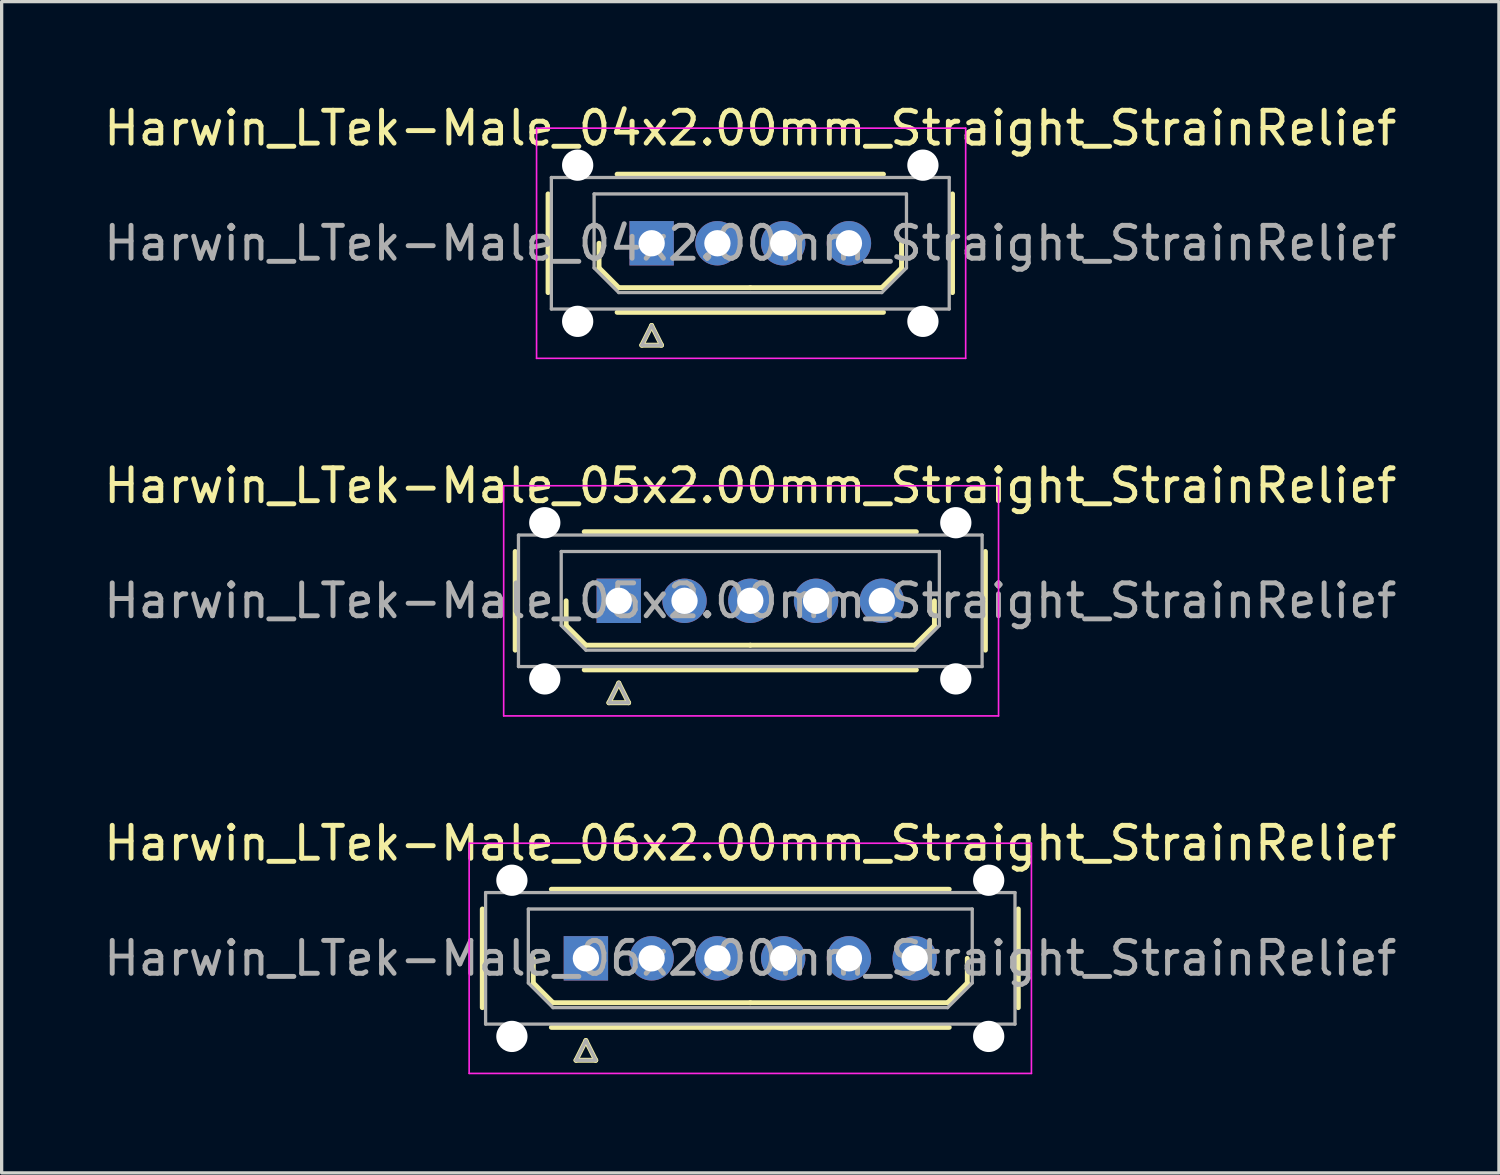
<source format=kicad_pcb>
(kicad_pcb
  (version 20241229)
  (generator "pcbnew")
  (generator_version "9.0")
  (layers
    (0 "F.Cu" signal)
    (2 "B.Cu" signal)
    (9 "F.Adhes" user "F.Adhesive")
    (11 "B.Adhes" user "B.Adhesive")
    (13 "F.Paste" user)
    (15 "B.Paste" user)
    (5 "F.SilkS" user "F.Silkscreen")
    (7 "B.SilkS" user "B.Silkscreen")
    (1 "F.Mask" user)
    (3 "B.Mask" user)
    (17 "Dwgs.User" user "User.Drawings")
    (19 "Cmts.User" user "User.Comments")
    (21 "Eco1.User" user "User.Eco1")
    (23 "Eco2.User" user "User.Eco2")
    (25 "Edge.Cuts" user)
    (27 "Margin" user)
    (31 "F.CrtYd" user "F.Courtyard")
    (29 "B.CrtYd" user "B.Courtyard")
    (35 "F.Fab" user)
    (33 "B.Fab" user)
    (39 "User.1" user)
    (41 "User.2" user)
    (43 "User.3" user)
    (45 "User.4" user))
  (footprint "Harwin_LTek-Male_04x2.00mm_Straight_StrainRelief"
    (layer "F.Cu")
    (at 16.768 4.348)
    (property "Reference" "Harwin_LTek-Male_04x2.00mm_Straight_StrainRelief" (at 3 -3.5 0) (layer "F.SilkS") (effects (font (size 1 1) (thickness 0.15))))
    (attr through_hole)
    (fp_line (start -3.15 -1.5) (end -3.15 1.5) (stroke (width 0.15) (type solid)) (layer "F.SilkS"))
    (fp_line (start -1.6 0) (end -1.6 0.75) (stroke (width 0.15) (type solid)) (layer "F.SilkS"))
    (fp_line (start -1.6 0.75) (end -1 1.35) (stroke (width 0.15) (type solid)) (layer "F.SilkS"))
    (fp_line (start -1.05 -2.1) (end 7.05 -2.1) (stroke (width 0.15) (type solid)) (layer "F.SilkS"))
    (fp_line (start -1.05 2.1) (end 7.05 2.1) (stroke (width 0.15) (type solid)) (layer "F.SilkS"))
    (fp_line (start -1 1.35) (end 3 1.35) (stroke (width 0.15) (type solid)) (layer "F.SilkS"))
    (fp_line (start -0.3 3.1) (end 0.3 3.1) (stroke (width 0.15) (type solid)) (layer "F.SilkS"))
    (fp_line (start 0 2.5) (end -0.3 3.1) (stroke (width 0.15) (type solid)) (layer "F.SilkS"))
    (fp_line (start 0.3 3.1) (end 0 2.5) (stroke (width 0.15) (type solid)) (layer "F.SilkS"))
    (fp_line (start 7 1.35) (end 3 1.35) (stroke (width 0.15) (type solid)) (layer "F.SilkS"))
    (fp_line (start 7.6 0) (end 7.6 0.75) (stroke (width 0.15) (type solid)) (layer "F.SilkS"))
    (fp_line (start 7.6 0.75) (end 7 1.35) (stroke (width 0.15) (type solid)) (layer "F.SilkS"))
    (fp_line (start 9.15 -1.5) (end 9.15 1.5) (stroke (width 0.15) (type solid)) (layer "F.SilkS"))
    (fp_line (start -3.5 -3.5) (end -3.5 3.5) (stroke (width 0.05) (type solid)) (layer "F.CrtYd"))
    (fp_line (start -3.5 3.5) (end 9.55 3.5) (stroke (width 0.05) (type solid)) (layer "F.CrtYd"))
    (fp_line (start 9.55 -3.5) (end -3.5 -3.5) (stroke (width 0.05) (type solid)) (layer "F.CrtYd"))
    (fp_line (start 9.55 3.5) (end 9.55 -3.5) (stroke (width 0.05) (type solid)) (layer "F.CrtYd"))
    (fp_line (start -3.05 -2) (end -3.05 2) (stroke (width 0.1) (type solid)) (layer "F.Fab"))
    (fp_line (start -3.05 2) (end 9.05 2) (stroke (width 0.1) (type solid)) (layer "F.Fab"))
    (fp_line (start -1.75 -1.5) (end 7.75 -1.5) (stroke (width 0.1) (type solid)) (layer "F.Fab"))
    (fp_line (start -1.75 0.75) (end -1.75 -1.5) (stroke (width 0.1) (type solid)) (layer "F.Fab"))
    (fp_line (start -1 1.5) (end -1.75 0.75) (stroke (width 0.1) (type solid)) (layer "F.Fab"))
    (fp_line (start -0.3 3.1) (end 0.3 3.1) (stroke (width 0.1) (type solid)) (layer "F.Fab"))
    (fp_line (start 0 2.5) (end -0.3 3.1) (stroke (width 0.1) (type solid)) (layer "F.Fab"))
    (fp_line (start 0.3 3.1) (end 0 2.5) (stroke (width 0.1) (type solid)) (layer "F.Fab"))
    (fp_line (start 7 1.5) (end -1 1.5) (stroke (width 0.1) (type solid)) (layer "F.Fab"))
    (fp_line (start 7.75 -1.5) (end 7.75 0.75) (stroke (width 0.1) (type solid)) (layer "F.Fab"))
    (fp_line (start 7.75 0.75) (end 7 1.5) (stroke (width 0.1) (type solid)) (layer "F.Fab"))
    (fp_line (start 9.05 -2) (end -3.05 -2) (stroke (width 0.1) (type solid)) (layer "F.Fab"))
    (fp_line (start 9.05 2) (end 9.05 -2) (stroke (width 0.1) (type solid)) (layer "F.Fab"))
    (fp_text user "${REFERENCE}" (at 3 0 0) (layer "F.Fab") (effects (font (size 1 1) (thickness 0.15))))
    (pad "" np_thru_hole circle (at -2.25 -2.375) (size 0.95 0.95) (drill 0.95) (layers "*.Cu" "*.Mask"))
    (pad "" np_thru_hole circle (at -2.25 2.375) (size 0.95 0.95) (drill 0.95) (layers "*.Cu" "*.Mask"))
    (pad "" np_thru_hole circle (at 8.25 -2.375) (size 0.95 0.95) (drill 0.95) (layers "*.Cu" "*.Mask"))
    (pad "" np_thru_hole circle (at 8.25 2.375) (size 0.95 0.95) (drill 0.95) (layers "*.Cu" "*.Mask"))
    (pad "1" thru_hole rect (at 0 0) (size 1.35 1.35) (drill 0.8) (layers "*.Cu" "*.Mask"))
    (pad "2" thru_hole circle (at 2 0) (size 1.35 1.35) (drill 0.8) (layers "*.Cu" "*.Mask"))
    (pad "3" thru_hole circle (at 4 0) (size 1.35 1.35) (drill 0.8) (layers "*.Cu" "*.Mask"))
    (pad "4" thru_hole circle (at 6 0) (size 1.35 1.35) (drill 0.8) (layers "*.Cu" "*.Mask")))
  (footprint "Harwin_LTek-Male_06x2.00mm_Straight_StrainRelief"
    (layer "F.Cu")
    (at 14.768 26.095)
    (property "Reference" "Harwin_LTek-Male_06x2.00mm_Straight_StrainRelief" (at 5 -3.5 0) (layer "F.SilkS") (effects (font (size 1 1) (thickness 0.15))))
    (attr through_hole)
    (fp_line (start -3.15 -1.5) (end -3.15 1.5) (stroke (width 0.15) (type solid)) (layer "F.SilkS"))
    (fp_line (start -1.6 0) (end -1.6 0.75) (stroke (width 0.15) (type solid)) (layer "F.SilkS"))
    (fp_line (start -1.6 0.75) (end -1 1.35) (stroke (width 0.15) (type solid)) (layer "F.SilkS"))
    (fp_line (start -1.05 -2.1) (end 11.05 -2.1) (stroke (width 0.15) (type solid)) (layer "F.SilkS"))
    (fp_line (start -1.05 2.1) (end 11.05 2.1) (stroke (width 0.15) (type solid)) (layer "F.SilkS"))
    (fp_line (start -1 1.35) (end 5 1.35) (stroke (width 0.15) (type solid)) (layer "F.SilkS"))
    (fp_line (start -0.3 3.1) (end 0.3 3.1) (stroke (width 0.15) (type solid)) (layer "F.SilkS"))
    (fp_line (start 0 2.5) (end -0.3 3.1) (stroke (width 0.15) (type solid)) (layer "F.SilkS"))
    (fp_line (start 0.3 3.1) (end 0 2.5) (stroke (width 0.15) (type solid)) (layer "F.SilkS"))
    (fp_line (start 11 1.35) (end 5 1.35) (stroke (width 0.15) (type solid)) (layer "F.SilkS"))
    (fp_line (start 11.6 0) (end 11.6 0.75) (stroke (width 0.15) (type solid)) (layer "F.SilkS"))
    (fp_line (start 11.6 0.75) (end 11 1.35) (stroke (width 0.15) (type solid)) (layer "F.SilkS"))
    (fp_line (start 13.15 -1.5) (end 13.15 1.5) (stroke (width 0.15) (type solid)) (layer "F.SilkS"))
    (fp_line (start -3.55 -3.5) (end -3.55 3.5) (stroke (width 0.05) (type solid)) (layer "F.CrtYd"))
    (fp_line (start -3.55 3.5) (end 13.55 3.5) (stroke (width 0.05) (type solid)) (layer "F.CrtYd"))
    (fp_line (start 13.55 -3.5) (end -3.55 -3.5) (stroke (width 0.05) (type solid)) (layer "F.CrtYd"))
    (fp_line (start 13.55 3.5) (end 13.55 -3.5) (stroke (width 0.05) (type solid)) (layer "F.CrtYd"))
    (fp_line (start -3.05 -2) (end -3.05 2) (stroke (width 0.1) (type solid)) (layer "F.Fab"))
    (fp_line (start -3.05 2) (end 13.05 2) (stroke (width 0.1) (type solid)) (layer "F.Fab"))
    (fp_line (start -1.75 -1.5) (end 11.75 -1.5) (stroke (width 0.1) (type solid)) (layer "F.Fab"))
    (fp_line (start -1.75 0.75) (end -1.75 -1.5) (stroke (width 0.1) (type solid)) (layer "F.Fab"))
    (fp_line (start -1 1.5) (end -1.75 0.75) (stroke (width 0.1) (type solid)) (layer "F.Fab"))
    (fp_line (start -0.3 3.1) (end 0.3 3.1) (stroke (width 0.1) (type solid)) (layer "F.Fab"))
    (fp_line (start 0 2.5) (end -0.3 3.1) (stroke (width 0.1) (type solid)) (layer "F.Fab"))
    (fp_line (start 0.3 3.1) (end 0 2.5) (stroke (width 0.1) (type solid)) (layer "F.Fab"))
    (fp_line (start 11 1.5) (end -1 1.5) (stroke (width 0.1) (type solid)) (layer "F.Fab"))
    (fp_line (start 11.75 -1.5) (end 11.75 0.75) (stroke (width 0.1) (type solid)) (layer "F.Fab"))
    (fp_line (start 11.75 0.75) (end 11 1.5) (stroke (width 0.1) (type solid)) (layer "F.Fab"))
    (fp_line (start 13.05 -2) (end -3.05 -2) (stroke (width 0.1) (type solid)) (layer "F.Fab"))
    (fp_line (start 13.05 2) (end 13.05 -2) (stroke (width 0.1) (type solid)) (layer "F.Fab"))
    (fp_text user "${REFERENCE}" (at 5 0 0) (layer "F.Fab") (effects (font (size 1 1) (thickness 0.15))))
    (pad "" np_thru_hole circle (at -2.25 -2.375) (size 0.95 0.95) (drill 0.95) (layers "*.Cu" "*.Mask"))
    (pad "" np_thru_hole circle (at -2.25 2.375) (size 0.95 0.95) (drill 0.95) (layers "*.Cu" "*.Mask"))
    (pad "" np_thru_hole circle (at 12.25 -2.375) (size 0.95 0.95) (drill 0.95) (layers "*.Cu" "*.Mask"))
    (pad "" np_thru_hole circle (at 12.25 2.375) (size 0.95 0.95) (drill 0.95) (layers "*.Cu" "*.Mask"))
    (pad "1" thru_hole rect (at 0 0) (size 1.35 1.35) (drill 0.8) (layers "*.Cu" "*.Mask"))
    (pad "2" thru_hole circle (at 2 0) (size 1.35 1.35) (drill 0.8) (layers "*.Cu" "*.Mask"))
    (pad "3" thru_hole circle (at 4 0) (size 1.35 1.35) (drill 0.8) (layers "*.Cu" "*.Mask"))
    (pad "4" thru_hole circle (at 6 0) (size 1.35 1.35) (drill 0.8) (layers "*.Cu" "*.Mask"))
    (pad "5" thru_hole circle (at 8 0) (size 1.35 1.35) (drill 0.8) (layers "*.Cu" "*.Mask"))
    (pad "6" thru_hole circle (at 10 0) (size 1.35 1.35) (drill 0.8) (layers "*.Cu" "*.Mask")))
  (footprint "Harwin_LTek-Male_05x2.00mm_Straight_StrainRelief"
    (layer "F.Cu")
    (at 15.768 15.222)
    (property "Reference" "Harwin_LTek-Male_05x2.00mm_Straight_StrainRelief" (at 4 -3.5 0) (layer "F.SilkS") (effects (font (size 1 1) (thickness 0.15))))
    (attr through_hole)
    (fp_line (start -3.15 -1.5) (end -3.15 1.5) (stroke (width 0.15) (type solid)) (layer "F.SilkS"))
    (fp_line (start -1.6 0) (end -1.6 0.75) (stroke (width 0.15) (type solid)) (layer "F.SilkS"))
    (fp_line (start -1.6 0.75) (end -1 1.35) (stroke (width 0.15) (type solid)) (layer "F.SilkS"))
    (fp_line (start -1.05 -2.1) (end 9.05 -2.1) (stroke (width 0.15) (type solid)) (layer "F.SilkS"))
    (fp_line (start -1.05 2.1) (end 9.05 2.1) (stroke (width 0.15) (type solid)) (layer "F.SilkS"))
    (fp_line (start -1 1.35) (end 4 1.35) (stroke (width 0.15) (type solid)) (layer "F.SilkS"))
    (fp_line (start -0.3 3.1) (end 0.3 3.1) (stroke (width 0.15) (type solid)) (layer "F.SilkS"))
    (fp_line (start 0 2.5) (end -0.3 3.1) (stroke (width 0.15) (type solid)) (layer "F.SilkS"))
    (fp_line (start 0.3 3.1) (end 0 2.5) (stroke (width 0.15) (type solid)) (layer "F.SilkS"))
    (fp_line (start 9 1.35) (end 4 1.35) (stroke (width 0.15) (type solid)) (layer "F.SilkS"))
    (fp_line (start 9.6 0) (end 9.6 0.75) (stroke (width 0.15) (type solid)) (layer "F.SilkS"))
    (fp_line (start 9.6 0.75) (end 9 1.35) (stroke (width 0.15) (type solid)) (layer "F.SilkS"))
    (fp_line (start 11.15 -1.5) (end 11.15 1.5) (stroke (width 0.15) (type solid)) (layer "F.SilkS"))
    (fp_line (start -3.5 -3.5) (end -3.5 3.5) (stroke (width 0.05) (type solid)) (layer "F.CrtYd"))
    (fp_line (start -3.5 3.5) (end 11.55 3.5) (stroke (width 0.05) (type solid)) (layer "F.CrtYd"))
    (fp_line (start 11.55 -3.5) (end -3.5 -3.5) (stroke (width 0.05) (type solid)) (layer "F.CrtYd"))
    (fp_line (start 11.55 3.5) (end 11.55 -3.5) (stroke (width 0.05) (type solid)) (layer "F.CrtYd"))
    (fp_line (start -3.05 -2) (end -3.05 2) (stroke (width 0.1) (type solid)) (layer "F.Fab"))
    (fp_line (start -3.05 2) (end 11.05 2) (stroke (width 0.1) (type solid)) (layer "F.Fab"))
    (fp_line (start -1.75 -1.5) (end 9.75 -1.5) (stroke (width 0.1) (type solid)) (layer "F.Fab"))
    (fp_line (start -1.75 0.75) (end -1.75 -1.5) (stroke (width 0.1) (type solid)) (layer "F.Fab"))
    (fp_line (start -1 1.5) (end -1.75 0.75) (stroke (width 0.1) (type solid)) (layer "F.Fab"))
    (fp_line (start -0.3 3.1) (end 0.3 3.1) (stroke (width 0.1) (type solid)) (layer "F.Fab"))
    (fp_line (start 0 2.5) (end -0.3 3.1) (stroke (width 0.1) (type solid)) (layer "F.Fab"))
    (fp_line (start 0.3 3.1) (end 0 2.5) (stroke (width 0.1) (type solid)) (layer "F.Fab"))
    (fp_line (start 9 1.5) (end -1 1.5) (stroke (width 0.1) (type solid)) (layer "F.Fab"))
    (fp_line (start 9.75 -1.5) (end 9.75 0.75) (stroke (width 0.1) (type solid)) (layer "F.Fab"))
    (fp_line (start 9.75 0.75) (end 9 1.5) (stroke (width 0.1) (type solid)) (layer "F.Fab"))
    (fp_line (start 11.05 -2) (end -3.05 -2) (stroke (width 0.1) (type solid)) (layer "F.Fab"))
    (fp_line (start 11.05 2) (end 11.05 -2) (stroke (width 0.1) (type solid)) (layer "F.Fab"))
    (fp_text user "${REFERENCE}" (at 4 0 0) (layer "F.Fab") (effects (font (size 1 1) (thickness 0.15))))
    (pad "" np_thru_hole circle (at -2.25 -2.375) (size 0.95 0.95) (drill 0.95) (layers "*.Cu" "*.Mask"))
    (pad "" np_thru_hole circle (at -2.25 2.375) (size 0.95 0.95) (drill 0.95) (layers "*.Cu" "*.Mask"))
    (pad "" np_thru_hole circle (at 10.25 -2.375) (size 0.95 0.95) (drill 0.95) (layers "*.Cu" "*.Mask"))
    (pad "" np_thru_hole circle (at 10.25 2.375) (size 0.95 0.95) (drill 0.95) (layers "*.Cu" "*.Mask"))
    (pad "1" thru_hole rect (at 0 0) (size 1.35 1.35) (drill 0.8) (layers "*.Cu" "*.Mask"))
    (pad "2" thru_hole circle (at 2 0) (size 1.35 1.35) (drill 0.8) (layers "*.Cu" "*.Mask"))
    (pad "3" thru_hole circle (at 4 0) (size 1.35 1.35) (drill 0.8) (layers "*.Cu" "*.Mask"))
    (pad "4" thru_hole circle (at 6 0) (size 1.35 1.35) (drill 0.8) (layers "*.Cu" "*.Mask"))
    (pad "5" thru_hole circle (at 8 0) (size 1.35 1.35) (drill 0.8) (layers "*.Cu" "*.Mask")))
  (gr_rect
    (start -3 -3)
    (end 42.536 32.62)
    (stroke (width 0.1) (type default))
    (fill no)
    (layer "Edge.Cuts")))
</source>
